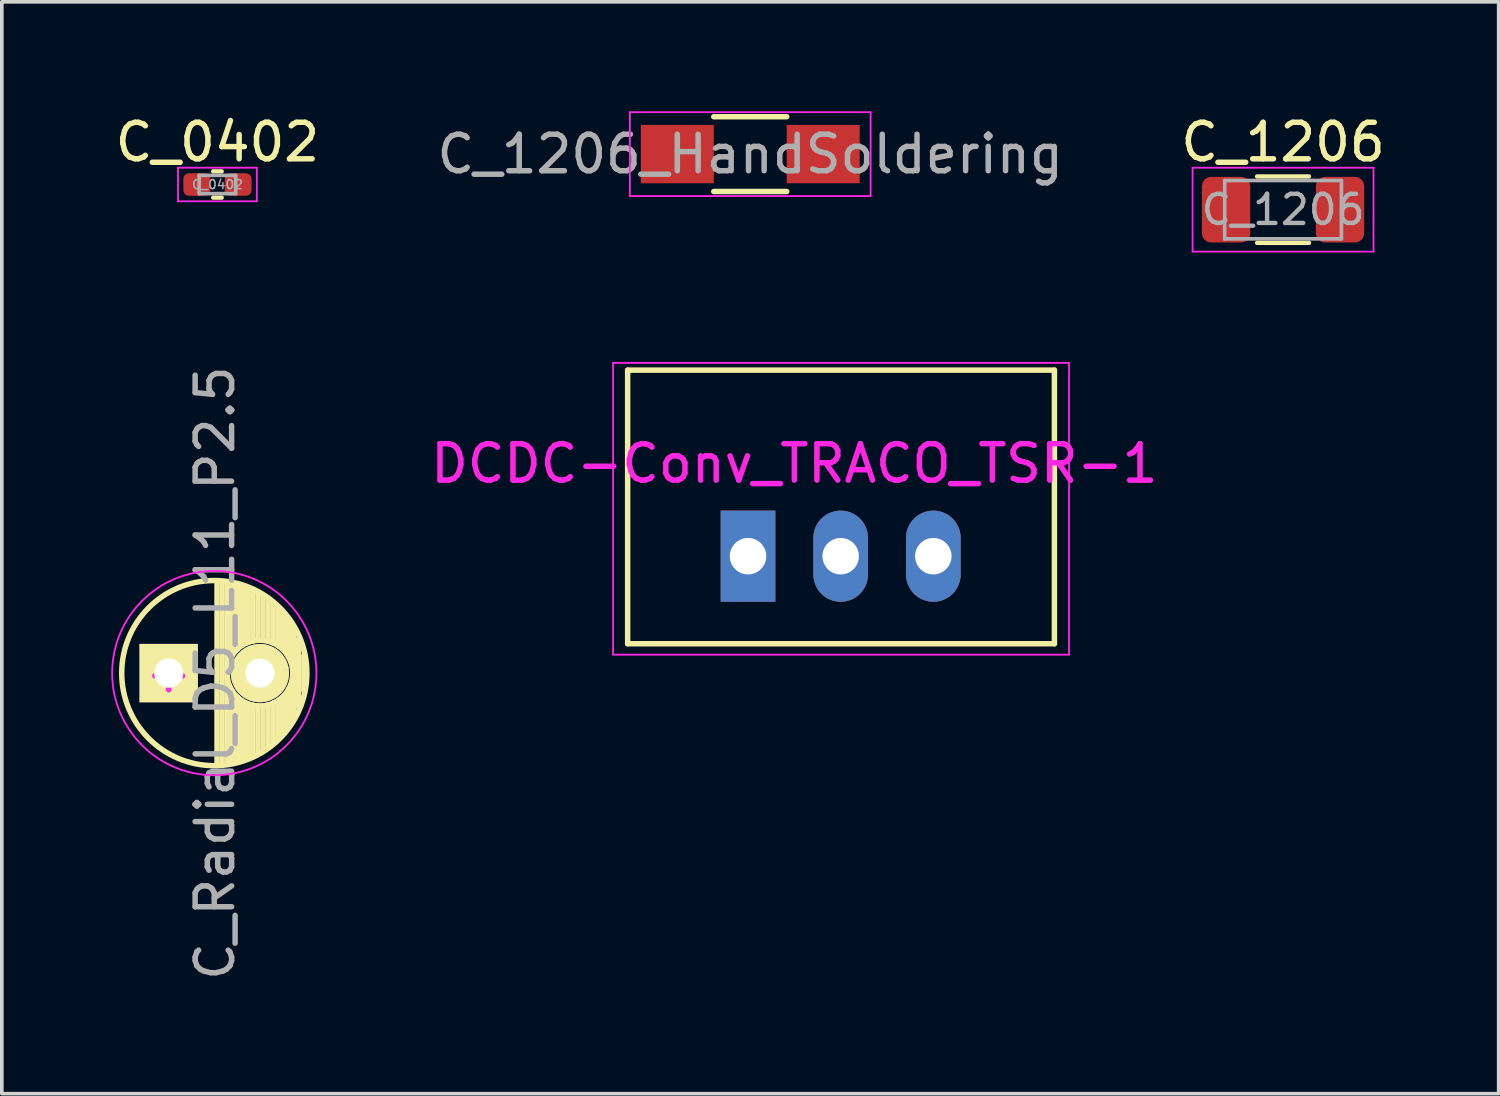
<source format=kicad_pcb>
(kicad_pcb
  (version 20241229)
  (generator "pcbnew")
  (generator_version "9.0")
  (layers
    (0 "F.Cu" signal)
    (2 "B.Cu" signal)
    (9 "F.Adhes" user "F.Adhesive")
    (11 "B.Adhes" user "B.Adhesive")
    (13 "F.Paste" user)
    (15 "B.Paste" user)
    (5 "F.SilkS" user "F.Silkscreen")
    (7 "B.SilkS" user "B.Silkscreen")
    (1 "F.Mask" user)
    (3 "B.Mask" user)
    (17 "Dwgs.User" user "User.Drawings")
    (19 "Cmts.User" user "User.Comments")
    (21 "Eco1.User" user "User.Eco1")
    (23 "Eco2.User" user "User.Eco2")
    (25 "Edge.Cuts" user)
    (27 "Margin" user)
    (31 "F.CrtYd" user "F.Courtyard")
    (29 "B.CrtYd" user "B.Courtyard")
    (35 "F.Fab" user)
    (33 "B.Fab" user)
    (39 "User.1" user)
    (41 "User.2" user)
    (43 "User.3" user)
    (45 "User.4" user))
  (footprint "C_0402"
    (layer "F.Cu")
    (at 2.911 2.008)
    (property "Reference" "C_0402" (at 0 -1.16 0) (layer "F.SilkS") (effects (font (size 1 1) (thickness 0.15))))
    (attr smd)
    (fp_line (start -0.116 -0.36) (end 0.116 -0.36) (stroke (width 0.12) (type solid)) (layer "F.SilkS"))
    (fp_line (start -0.116 0.36) (end 0.116 0.36) (stroke (width 0.12) (type solid)) (layer "F.SilkS"))
    (fp_line (start -1.08 -0.46) (end 1.08 -0.46) (stroke (width 0.05) (type solid)) (layer "F.CrtYd"))
    (fp_line (start -1.08 0.46) (end -1.08 -0.46) (stroke (width 0.05) (type solid)) (layer "F.CrtYd"))
    (fp_line (start 1.08 -0.46) (end 1.08 0.46) (stroke (width 0.05) (type solid)) (layer "F.CrtYd"))
    (fp_line (start 1.08 0.46) (end -1.08 0.46) (stroke (width 0.05) (type solid)) (layer "F.CrtYd"))
    (fp_line (start -0.5 -0.25) (end 0.5 -0.25) (stroke (width 0.1) (type solid)) (layer "F.Fab"))
    (fp_line (start -0.5 0.25) (end -0.5 -0.25) (stroke (width 0.1) (type solid)) (layer "F.Fab"))
    (fp_line (start 0.5 -0.25) (end 0.5 0.25) (stroke (width 0.1) (type solid)) (layer "F.Fab"))
    (fp_line (start 0.5 0.25) (end -0.5 0.25) (stroke (width 0.1) (type solid)) (layer "F.Fab"))
    (fp_text user "${REFERENCE}" (at 0 0 0) (layer "F.Fab") (effects (font (size 0.25 0.25) (thickness 0.04))))
    (pad "1" smd roundrect (at -0.568 0) (size 0.735 0.62) (layers "F.Cu" "F.Mask" "F.Paste") (roundrect_rratio 0.25))
    (pad "2" smd roundrect (at 0.568 0) (size 0.735 0.62) (layers "F.Cu" "F.Mask" "F.Paste") (roundrect_rratio 0.25)))
  (footprint "C_1206"
    (layer "F.Cu")
    (at 32.125 2.698)
    (property "Reference" "C_1206" (at 0 -1.85 0) (layer "F.SilkS") (effects (font (size 1 1) (thickness 0.15))))
    (attr smd)
    (fp_line (start -0.711 -0.91) (end 0.711 -0.91) (stroke (width 0.12) (type solid)) (layer "F.SilkS"))
    (fp_line (start -0.711 0.91) (end 0.711 0.91) (stroke (width 0.12) (type solid)) (layer "F.SilkS"))
    (fp_line (start -2.48 -1.15) (end 2.48 -1.15) (stroke (width 0.05) (type solid)) (layer "F.CrtYd"))
    (fp_line (start -2.48 1.15) (end -2.48 -1.15) (stroke (width 0.05) (type solid)) (layer "F.CrtYd"))
    (fp_line (start 2.48 -1.15) (end 2.48 1.15) (stroke (width 0.05) (type solid)) (layer "F.CrtYd"))
    (fp_line (start 2.48 1.15) (end -2.48 1.15) (stroke (width 0.05) (type solid)) (layer "F.CrtYd"))
    (fp_line (start -1.6 -0.8) (end 1.6 -0.8) (stroke (width 0.1) (type solid)) (layer "F.Fab"))
    (fp_line (start -1.6 0.8) (end -1.6 -0.8) (stroke (width 0.1) (type solid)) (layer "F.Fab"))
    (fp_line (start 1.6 -0.8) (end 1.6 0.8) (stroke (width 0.1) (type solid)) (layer "F.Fab"))
    (fp_line (start 1.6 0.8) (end -1.6 0.8) (stroke (width 0.1) (type solid)) (layer "F.Fab"))
    (fp_text user "${REFERENCE}" (at 0 0 0) (layer "F.Fab") (effects (font (size 0.8 0.8) (thickness 0.12))))
    (pad "1" smd roundrect (at -1.562 0) (size 1.325 1.8) (layers "F.Cu" "F.Mask" "F.Paste") (roundrect_rratio 0.189))
    (pad "2" smd roundrect (at 1.562 0) (size 1.325 1.8) (layers "F.Cu" "F.Mask" "F.Paste") (roundrect_rratio 0.189)))
  (footprint "C_Radial_D5_L11_P2.5"
    (layer "F.Cu")
    (at 1.575 15.403)
    (property "Reference" "C_Radial_D5_L11_P2.5" (at 1.27 0 90) (layer "F.Fab") (effects (font (size 1 1) (thickness 0.15))))
    (attr through_hole)
    (fp_line (start 1.325 -2.499) (end 1.325 2.499) (stroke (width 0.15) (type solid)) (layer "F.SilkS"))
    (fp_line (start 1.465 -2.491) (end 1.465 2.491) (stroke (width 0.15) (type solid)) (layer "F.SilkS"))
    (fp_line (start 1.605 -2.475) (end 1.605 -0.095) (stroke (width 0.15) (type solid)) (layer "F.SilkS"))
    (fp_line (start 1.605 0.095) (end 1.605 2.475) (stroke (width 0.15) (type solid)) (layer "F.SilkS"))
    (fp_line (start 1.745 -2.451) (end 1.745 -0.49) (stroke (width 0.15) (type solid)) (layer "F.SilkS"))
    (fp_line (start 1.745 0.49) (end 1.745 2.451) (stroke (width 0.15) (type solid)) (layer "F.SilkS"))
    (fp_line (start 1.885 -2.418) (end 1.885 -0.657) (stroke (width 0.15) (type solid)) (layer "F.SilkS"))
    (fp_line (start 1.885 0.657) (end 1.885 2.418) (stroke (width 0.15) (type solid)) (layer "F.SilkS"))
    (fp_line (start 2.025 -2.377) (end 2.025 -0.764) (stroke (width 0.15) (type solid)) (layer "F.SilkS"))
    (fp_line (start 2.025 0.764) (end 2.025 2.377) (stroke (width 0.15) (type solid)) (layer "F.SilkS"))
    (fp_line (start 2.165 -2.327) (end 2.165 -0.835) (stroke (width 0.15) (type solid)) (layer "F.SilkS"))
    (fp_line (start 2.165 0.835) (end 2.165 2.327) (stroke (width 0.15) (type solid)) (layer "F.SilkS"))
    (fp_line (start 2.305 -2.266) (end 2.305 -0.879) (stroke (width 0.15) (type solid)) (layer "F.SilkS"))
    (fp_line (start 2.305 0.879) (end 2.305 2.266) (stroke (width 0.15) (type solid)) (layer "F.SilkS"))
    (fp_line (start 2.445 -2.196) (end 2.445 -0.898) (stroke (width 0.15) (type solid)) (layer "F.SilkS"))
    (fp_line (start 2.445 0.898) (end 2.445 2.196) (stroke (width 0.15) (type solid)) (layer "F.SilkS"))
    (fp_line (start 2.585 -2.114) (end 2.585 -0.896) (stroke (width 0.15) (type solid)) (layer "F.SilkS"))
    (fp_line (start 2.585 0.896) (end 2.585 2.114) (stroke (width 0.15) (type solid)) (layer "F.SilkS"))
    (fp_line (start 2.725 -2.019) (end 2.725 -0.871) (stroke (width 0.15) (type solid)) (layer "F.SilkS"))
    (fp_line (start 2.725 0.871) (end 2.725 2.019) (stroke (width 0.15) (type solid)) (layer "F.SilkS"))
    (fp_line (start 2.865 -1.908) (end 2.865 -0.823) (stroke (width 0.15) (type solid)) (layer "F.SilkS"))
    (fp_line (start 2.865 0.823) (end 2.865 1.908) (stroke (width 0.15) (type solid)) (layer "F.SilkS"))
    (fp_line (start 3.005 -1.78) (end 3.005 -0.745) (stroke (width 0.15) (type solid)) (layer "F.SilkS"))
    (fp_line (start 3.005 0.745) (end 3.005 1.78) (stroke (width 0.15) (type solid)) (layer "F.SilkS"))
    (fp_line (start 3.145 -1.631) (end 3.145 -0.628) (stroke (width 0.15) (type solid)) (layer "F.SilkS"))
    (fp_line (start 3.145 0.628) (end 3.145 1.631) (stroke (width 0.15) (type solid)) (layer "F.SilkS"))
    (fp_line (start 3.285 -1.452) (end 3.285 -0.44) (stroke (width 0.15) (type solid)) (layer "F.SilkS"))
    (fp_line (start 3.285 0.44) (end 3.285 1.452) (stroke (width 0.15) (type solid)) (layer "F.SilkS"))
    (fp_line (start 3.425 -1.233) (end 3.425 1.233) (stroke (width 0.15) (type solid)) (layer "F.SilkS"))
    (fp_line (start 3.565 -0.944) (end 3.565 0.944) (stroke (width 0.15) (type solid)) (layer "F.SilkS"))
    (fp_line (start 3.705 -0.472) (end 3.705 0.472) (stroke (width 0.15) (type solid)) (layer "F.SilkS"))
    (fp_circle (center 1.25 0) (end 1.25 -2.538) (stroke (width 0.15) (type solid)) (fill no) (layer "F.SilkS"))
    (fp_circle (center 2.5 0) (end 2.5 -0.9) (stroke (width 0.15) (type solid)) (fill no) (layer "F.SilkS"))
    (fp_circle (center 1.25 0) (end 1.25 -2.8) (stroke (width 0.05) (type solid)) (fill no) (layer "F.CrtYd"))
    (fp_text user "+" (at 0 0 0) (layer "F.CrtYd") (effects (font (size 1 1) (thickness 0.15))))
    (pad "1" thru_hole rect (at 0 0) (size 1.6 1.6) (drill 0.8) (layers "*.Cu" "*.Mask" "F.SilkS"))
    (pad "2" thru_hole circle (at 2.5 0) (size 1.6 1.6) (drill 0.8) (layers "*.Cu" "*.Mask" "F.SilkS")))
  (footprint "C_1206_HandSoldering"
    (layer "F.Cu")
    (at 17.518 1.175)
    (property "Reference" "C_1206_HandSoldering" (at 0 0 0) (layer "F.Fab") (effects (font (size 1 1) (thickness 0.15))))
    (attr smd)
    (fp_line (start -1 1.025) (end 1 1.025) (stroke (width 0.15) (type solid)) (layer "F.SilkS"))
    (fp_line (start 1 -1.025) (end -1 -1.025) (stroke (width 0.15) (type solid)) (layer "F.SilkS"))
    (fp_line (start -3.3 -1.15) (end -3.3 1.15) (stroke (width 0.05) (type solid)) (layer "F.CrtYd"))
    (fp_line (start -3.3 -1.15) (end 3.3 -1.15) (stroke (width 0.05) (type solid)) (layer "F.CrtYd"))
    (fp_line (start -3.3 1.15) (end 3.3 1.15) (stroke (width 0.05) (type solid)) (layer "F.CrtYd"))
    (fp_line (start 3.3 -1.15) (end 3.3 1.15) (stroke (width 0.05) (type solid)) (layer "F.CrtYd"))
    (pad "1" smd rect (at -2 0) (size 2 1.6) (layers "F.Cu" "F.Mask" "F.Paste"))
    (pad "2" smd rect (at 2 0) (size 2 1.6) (layers "F.Cu" "F.Mask" "F.Paste")))
  (footprint "DCDC-Conv_TRACO_TSR-1"
    (layer "F.Cu")
    (at 17.457 12.198)
    (property "Reference" "DCDC-Conv_TRACO_TSR-1" (at 1.27 -2.54 0) (layer "F.CrtYd") (effects (font (size 1 1) (thickness 0.15))))
    (attr through_hole)
    (fp_line (start -3.3 -5.1) (end 8.4 -5.1) (stroke (width 0.15) (type solid)) (layer "F.SilkS"))
    (fp_line (start -3.3 2.4) (end -3.3 -5.1) (stroke (width 0.15) (type solid)) (layer "F.SilkS"))
    (fp_line (start 8.4 -5.1) (end 8.4 2.4) (stroke (width 0.15) (type solid)) (layer "F.SilkS"))
    (fp_line (start 8.4 2.4) (end -3.3 2.4) (stroke (width 0.15) (type solid)) (layer "F.SilkS"))
    (fp_line (start -3.7 -5.3) (end 8.8 -5.3) (stroke (width 0.05) (type solid)) (layer "F.CrtYd"))
    (fp_line (start -3.7 2.7) (end -3.7 -5.3) (stroke (width 0.05) (type solid)) (layer "F.CrtYd"))
    (fp_line (start 8.8 -5.3) (end 8.8 2.7) (stroke (width 0.05) (type solid)) (layer "F.CrtYd"))
    (fp_line (start 8.8 2.7) (end -3.7 2.7) (stroke (width 0.05) (type solid)) (layer "F.CrtYd"))
    (pad "1" thru_hole rect (at 0 0) (size 1.5 2.5) (drill 1) (layers "*.Cu" "*.Mask"))
    (pad "2" thru_hole oval (at 2.54 0) (size 1.5 2.5) (drill 1) (layers "*.Cu" "*.Mask"))
    (pad "3" thru_hole oval (at 5.08 0) (size 1.5 2.5) (drill 1) (layers "*.Cu" "*.Mask")))
  (gr_rect
    (start -3 -3)
    (end 38.036 26.933)
    (stroke (width 0.1) (type default))
    (fill no)
    (layer "Edge.Cuts")))
</source>
